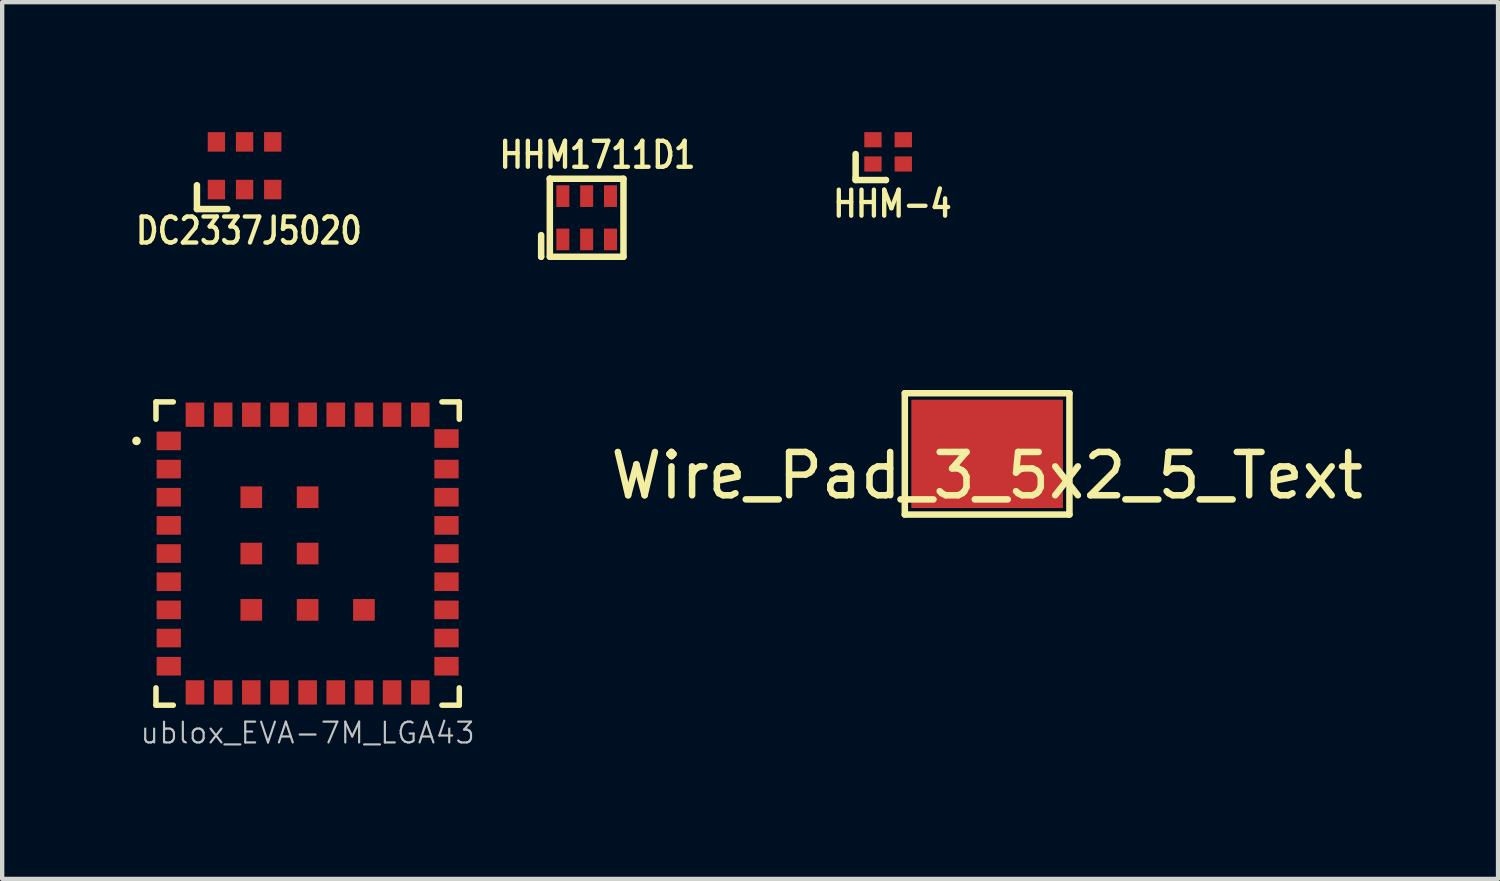
<source format=kicad_pcb>
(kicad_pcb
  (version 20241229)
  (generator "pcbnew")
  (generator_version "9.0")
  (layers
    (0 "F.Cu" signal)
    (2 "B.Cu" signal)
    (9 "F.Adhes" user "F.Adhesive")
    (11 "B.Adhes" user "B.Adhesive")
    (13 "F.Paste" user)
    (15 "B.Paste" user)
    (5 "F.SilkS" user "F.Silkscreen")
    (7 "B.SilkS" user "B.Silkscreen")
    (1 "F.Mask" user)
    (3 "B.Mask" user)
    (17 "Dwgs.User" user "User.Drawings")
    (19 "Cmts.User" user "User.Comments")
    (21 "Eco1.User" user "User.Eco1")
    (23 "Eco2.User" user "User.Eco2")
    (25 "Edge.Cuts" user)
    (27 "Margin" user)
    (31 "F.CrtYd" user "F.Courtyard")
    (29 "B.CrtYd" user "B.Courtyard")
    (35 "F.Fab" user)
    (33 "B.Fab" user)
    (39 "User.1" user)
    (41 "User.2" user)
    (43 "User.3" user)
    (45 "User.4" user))
  (footprint "HHM-4"
    (layer "F.Cu")
    (at 17.448 0.455)
    (property "Reference" "HHM-4" (at 0.1 1.2 0) (layer "F.SilkS") (effects (font (size 0.6 0.5) (thickness 0.1))))
    (attr through_hole)
    (fp_line (start -0.75 0.05) (end -0.75 0.6) (stroke (width 0.15) (type solid)) (layer "F.SilkS"))
    (fp_line (start -0.75 0.6) (end -0.75 0.65) (stroke (width 0.15) (type solid)) (layer "F.SilkS"))
    (fp_line (start -0.75 0.65) (end -0.05 0.65) (stroke (width 0.15) (type solid)) (layer "F.SilkS"))
    (fp_line (start -0.05 0.65) (end -0.05 0.65) (stroke (width 0.15) (type solid)) (layer "F.SilkS"))
    (pad "1" smd rect (at -0.35 0.28) (size 0.4 0.35) (layers "F.Cu" "F.Mask" "F.Paste"))
    (pad "2" smd rect (at 0.35 0.28) (size 0.4 0.35) (layers "F.Cu" "F.Mask" "F.Paste"))
    (pad "3" smd rect (at 0.35 -0.28) (size 0.4 0.35) (layers "F.Cu" "F.Mask" "F.Paste"))
    (pad "4" smd rect (at -0.35 -0.28) (size 0.4 0.35) (layers "F.Cu" "F.Mask" "F.Paste")))
  (footprint "DC2337J5020"
    (layer "F.Cu")
    (at 2.595 0.775)
    (property "Reference" "DC2337J5020" (at 0.1 1.5 0) (layer "F.SilkS") (effects (font (size 0.6 0.5) (thickness 0.1))))
    (attr through_hole)
    (fp_line (start -1.1 0.45) (end -1.1 1) (stroke (width 0.15) (type solid)) (layer "F.SilkS"))
    (fp_line (start -1.1 1) (end -0.4 1) (stroke (width 0.15) (type solid)) (layer "F.SilkS"))
    (pad "1" smd rect (at -0.65 0.55) (size 0.4 0.45) (layers "F.Cu" "F.Mask" "F.Paste"))
    (pad "2" smd rect (at 0 0.55) (size 0.4 0.45) (layers "F.Cu" "F.Mask" "F.Paste"))
    (pad "3" smd rect (at 0.65 0.55) (size 0.4 0.45) (layers "F.Cu" "F.Mask" "F.Paste"))
    (pad "4" smd rect (at 0.65 -0.55) (size 0.4 0.45) (layers "F.Cu" "F.Mask" "F.Paste"))
    (pad "5" smd rect (at 0 -0.55) (size 0.4 0.45) (layers "F.Cu" "F.Mask" "F.Paste"))
    (pad "6" smd rect (at -0.65 -0.55) (size 0.4 0.45) (layers "F.Cu" "F.Mask" "F.Paste")))
  (footprint "Wire_Pad_3_5x2_5_Text"
    (layer "F.Cu")
    (at 19.733 7.426)
    (property "Reference" "Wire_Pad_3_5x2_5_Text" (at 0 0.5 0) (layer "F.SilkS") (effects (font (size 1 1) (thickness 0.15))))
    (attr through_hole)
    (fp_line (start -1.9 -1.4) (end 1.9 -1.4) (stroke (width 0.15) (type solid)) (layer "F.SilkS"))
    (fp_line (start -1.9 1.4) (end -1.9 -1.4) (stroke (width 0.15) (type solid)) (layer "F.SilkS"))
    (fp_line (start 1.9 -1.4) (end 1.9 1.4) (stroke (width 0.15) (type solid)) (layer "F.SilkS"))
    (fp_line (start 1.9 1.4) (end -1.9 1.4) (stroke (width 0.15) (type solid)) (layer "F.SilkS"))
    (pad "1" smd rect (at 0 0) (size 3.5 2.5) (layers "F.Cu" "F.Mask" "F.Paste")))
  (footprint "ublox_EVA-7M_LGA43"
    (layer "F.Cu")
    (at 4.05 9.726)
    (property "Reference" "ublox_EVA-7M_LGA43" (at 0 4.14 0) (layer "Dwgs.User") (effects (font (size 0.48 0.48) (thickness 0.05))))
    (attr smd)
    (fp_line (start -3.5 -3.5) (end -3.5 -3.1) (stroke (width 0.127) (type solid)) (layer "F.SilkS"))
    (fp_line (start -3.5 3.1) (end -3.5 3.5) (stroke (width 0.127) (type solid)) (layer "F.SilkS"))
    (fp_line (start -3.5 3.5) (end -3.1 3.5) (stroke (width 0.127) (type solid)) (layer "F.SilkS"))
    (fp_line (start -3.1 -3.5) (end -3.5 -3.5) (stroke (width 0.127) (type solid)) (layer "F.SilkS"))
    (fp_line (start 3.1 -3.5) (end 3.5 -3.5) (stroke (width 0.127) (type solid)) (layer "F.SilkS"))
    (fp_line (start 3.5 -3.5) (end 3.5 -3.1) (stroke (width 0.127) (type solid)) (layer "F.SilkS"))
    (fp_line (start 3.5 3.1) (end 3.5 3.5) (stroke (width 0.127) (type solid)) (layer "F.SilkS"))
    (fp_line (start 3.5 3.5) (end 3.1 3.5) (stroke (width 0.127) (type solid)) (layer "F.SilkS"))
    (fp_circle (center -3.95 -2.6) (end -3.9 -2.6) (stroke (width 0.1) (type solid)) (fill no) (layer "F.SilkS"))
    (fp_line (start -3.75 -3.75) (end 3.75 -3.75) (stroke (width 0.05) (type solid)) (layer "Eco1.User"))
    (fp_line (start -3.75 3.75) (end -3.75 -3.75) (stroke (width 0.05) (type solid)) (layer "Eco1.User"))
    (fp_line (start 3.75 -3.75) (end 3.75 3.805) (stroke (width 0.05) (type solid)) (layer "Eco1.User"))
    (fp_line (start 3.75 3.805) (end -3.75 3.75) (stroke (width 0.05) (type solid)) (layer "Eco1.User"))
    (fp_line (start -3.5 -3.5) (end 3.5 -3.5) (stroke (width 0.127) (type solid)) (layer "Eco2.User"))
    (fp_line (start -3.5 3.5) (end -3.5 -3.5) (stroke (width 0.127) (type solid)) (layer "Eco2.User"))
    (fp_line (start 3.5 -3.5) (end 3.5 3.5) (stroke (width 0.127) (type solid)) (layer "Eco2.User"))
    (fp_line (start 3.5 3.5) (end -3.5 3.5) (stroke (width 0.127) (type solid)) (layer "Eco2.User"))
    (fp_circle (center -3.15 -2.6) (end -3.1 -2.6) (stroke (width 0.1) (type solid)) (fill no) (layer "Eco2.User"))
    (pad "1" smd rect (at -3.205 -2.6) (size 0.56 0.43) (layers "F.Cu" "F.Mask" "F.Paste"))
    (pad "2" smd rect (at -3.205 -1.95) (size 0.56 0.43) (layers "F.Cu" "F.Mask" "F.Paste"))
    (pad "3" smd rect (at -3.205 -1.3) (size 0.56 0.43) (layers "F.Cu" "F.Mask" "F.Paste"))
    (pad "4" smd rect (at -3.205 -0.65) (size 0.56 0.43) (layers "F.Cu" "F.Mask" "F.Paste"))
    (pad "5" smd rect (at -3.205 0) (size 0.56 0.43) (layers "F.Cu" "F.Mask" "F.Paste"))
    (pad "6" smd rect (at -3.205 0.65) (size 0.56 0.43) (layers "F.Cu" "F.Mask" "F.Paste"))
    (pad "7" smd rect (at -3.205 1.3) (size 0.56 0.43) (layers "F.Cu" "F.Mask" "F.Paste"))
    (pad "8" smd rect (at -3.205 1.95) (size 0.56 0.43) (layers "F.Cu" "F.Mask" "F.Paste"))
    (pad "9" smd rect (at -3.205 2.6) (size 0.56 0.43) (layers "F.Cu" "F.Mask" "F.Paste"))
    (pad "10" smd rect (at -2.6 3.205 90) (size 0.56 0.43) (layers "F.Cu" "F.Mask" "F.Paste"))
    (pad "11" smd rect (at -1.95 3.205 90) (size 0.56 0.43) (layers "F.Cu" "F.Mask" "F.Paste"))
    (pad "12" smd rect (at -1.3 3.205 90) (size 0.56 0.43) (layers "F.Cu" "F.Mask" "F.Paste"))
    (pad "13" smd rect (at -0.65 3.205 90) (size 0.56 0.43) (layers "F.Cu" "F.Mask" "F.Paste"))
    (pad "14" smd rect (at 0 3.205 90) (size 0.56 0.43) (layers "F.Cu" "F.Mask" "F.Paste"))
    (pad "15" smd rect (at 0.65 3.205 90) (size 0.56 0.43) (layers "F.Cu" "F.Mask" "F.Paste"))
    (pad "16" smd rect (at 1.3 3.205 90) (size 0.56 0.43) (layers "F.Cu" "F.Mask" "F.Paste"))
    (pad "17" smd rect (at 1.95 3.205 90) (size 0.56 0.43) (layers "F.Cu" "F.Mask" "F.Paste"))
    (pad "18" smd rect (at 2.6 3.205 90) (size 0.56 0.43) (layers "F.Cu" "F.Mask" "F.Paste"))
    (pad "19" smd rect (at 3.205 2.6 180) (size 0.56 0.43) (layers "F.Cu" "F.Mask" "F.Paste"))
    (pad "20" smd rect (at 3.205 1.95 180) (size 0.56 0.43) (layers "F.Cu" "F.Mask" "F.Paste"))
    (pad "21" smd rect (at 3.205 1.3 180) (size 0.56 0.43) (layers "F.Cu" "F.Mask" "F.Paste"))
    (pad "22" smd rect (at 3.205 0.65 180) (size 0.56 0.43) (layers "F.Cu" "F.Mask" "F.Paste"))
    (pad "23" smd rect (at 3.205 0 180) (size 0.56 0.43) (layers "F.Cu" "F.Mask" "F.Paste"))
    (pad "24" smd rect (at 3.205 -0.65 180) (size 0.56 0.43) (layers "F.Cu" "F.Mask" "F.Paste"))
    (pad "25" smd rect (at 3.205 -1.3 180) (size 0.56 0.43) (layers "F.Cu" "F.Mask" "F.Paste"))
    (pad "26" smd rect (at 3.205 -1.95 180) (size 0.56 0.43) (layers "F.Cu" "F.Mask" "F.Paste"))
    (pad "27" smd rect (at 3.205 -2.655 180) (size 0.56 0.43) (layers "F.Cu" "F.Mask" "F.Paste"))
    (pad "28" smd rect (at 2.6 -3.205 270) (size 0.56 0.43) (layers "F.Cu" "F.Mask" "F.Paste"))
    (pad "29" smd rect (at 1.95 -3.205 270) (size 0.56 0.43) (layers "F.Cu" "F.Mask" "F.Paste"))
    (pad "30" smd rect (at 1.3 -3.205 270) (size 0.56 0.43) (layers "F.Cu" "F.Mask" "F.Paste"))
    (pad "31" smd rect (at 0.65 -3.205 270) (size 0.56 0.43) (layers "F.Cu" "F.Mask" "F.Paste"))
    (pad "32" smd rect (at 0 -3.205 270) (size 0.56 0.43) (layers "F.Cu" "F.Mask" "F.Paste"))
    (pad "33" smd rect (at -0.65 -3.205 270) (size 0.56 0.43) (layers "F.Cu" "F.Mask" "F.Paste"))
    (pad "34" smd rect (at -1.3 -3.205 270) (size 0.56 0.43) (layers "F.Cu" "F.Mask" "F.Paste"))
    (pad "35" smd rect (at -1.95 -3.205 270) (size 0.56 0.43) (layers "F.Cu" "F.Mask" "F.Paste"))
    (pad "36" smd rect (at -2.6 -3.205 270) (size 0.56 0.43) (layers "F.Cu" "F.Mask" "F.Paste"))
    (pad "37" smd rect (at -1.3 -1.3) (size 0.5 0.5) (layers "F.Cu" "F.Mask" "F.Paste"))
    (pad "38" smd rect (at -1.3 0) (size 0.5 0.5) (layers "F.Cu" "F.Mask" "F.Paste"))
    (pad "39" smd rect (at -1.3 1.3) (size 0.5 0.5) (layers "F.Cu" "F.Mask" "F.Paste"))
    (pad "40" smd rect (at 0 -1.3) (size 0.5 0.5) (layers "F.Cu" "F.Mask" "F.Paste"))
    (pad "41" smd rect (at 0 0) (size 0.5 0.5) (layers "F.Cu" "F.Mask" "F.Paste"))
    (pad "42" smd rect (at 0 1.3) (size 0.5 0.5) (layers "F.Cu" "F.Mask" "F.Paste"))
    (pad "43" smd rect (at 1.3 1.3) (size 0.5 0.5) (layers "F.Cu" "F.Mask" "F.Paste")))
  (footprint "HHM1711D1"
    (layer "F.Cu")
    (at 10.49 1.976)
    (property "Reference" "HHM1711D1" (at 0.25 -1.45 0) (layer "F.SilkS") (effects (font (size 0.6 0.5) (thickness 0.1))))
    (attr through_hole)
    (fp_line (start -1.05 0.4) (end -1.05 0.9) (stroke (width 0.15) (type solid)) (layer "F.SilkS"))
    (fp_line (start -1.05 0.9) (end -1.05 0.9) (stroke (width 0.15) (type solid)) (layer "F.SilkS"))
    (fp_line (start -0.85 -0.9) (end -0.85 -0.9) (stroke (width 0.15) (type solid)) (layer "F.SilkS"))
    (fp_line (start -0.85 -0.9) (end 0.85 -0.9) (stroke (width 0.15) (type solid)) (layer "F.SilkS"))
    (fp_line (start -0.85 0.9) (end -0.85 -0.9) (stroke (width 0.15) (type solid)) (layer "F.SilkS"))
    (fp_line (start 0.85 -0.9) (end 0.85 0.9) (stroke (width 0.15) (type solid)) (layer "F.SilkS"))
    (fp_line (start 0.85 0.9) (end -0.85 0.9) (stroke (width 0.15) (type solid)) (layer "F.SilkS"))
    (pad "1" smd rect (at -0.55 0.5) (size 0.3 0.5) (layers "F.Cu" "F.Mask" "F.Paste"))
    (pad "2" smd rect (at 0 0.5) (size 0.3 0.5) (layers "F.Cu" "F.Mask" "F.Paste"))
    (pad "3" smd rect (at 0.55 0.5) (size 0.3 0.5) (layers "F.Cu" "F.Mask" "F.Paste"))
    (pad "4" smd rect (at 0.55 -0.5) (size 0.3 0.5) (layers "F.Cu" "F.Mask" "F.Paste"))
    (pad "5" smd rect (at 0 -0.5) (size 0.3 0.5) (layers "F.Cu" "F.Mask" "F.Paste"))
    (pad "6" smd rect (at -0.55 -0.5) (size 0.3 0.5) (layers "F.Cu" "F.Mask" "F.Paste")))
  (gr_rect
    (start -3 -3)
    (end 31.525 17.235)
    (stroke (width 0.1) (type default))
    (fill no)
    (layer "Edge.Cuts")))
</source>
